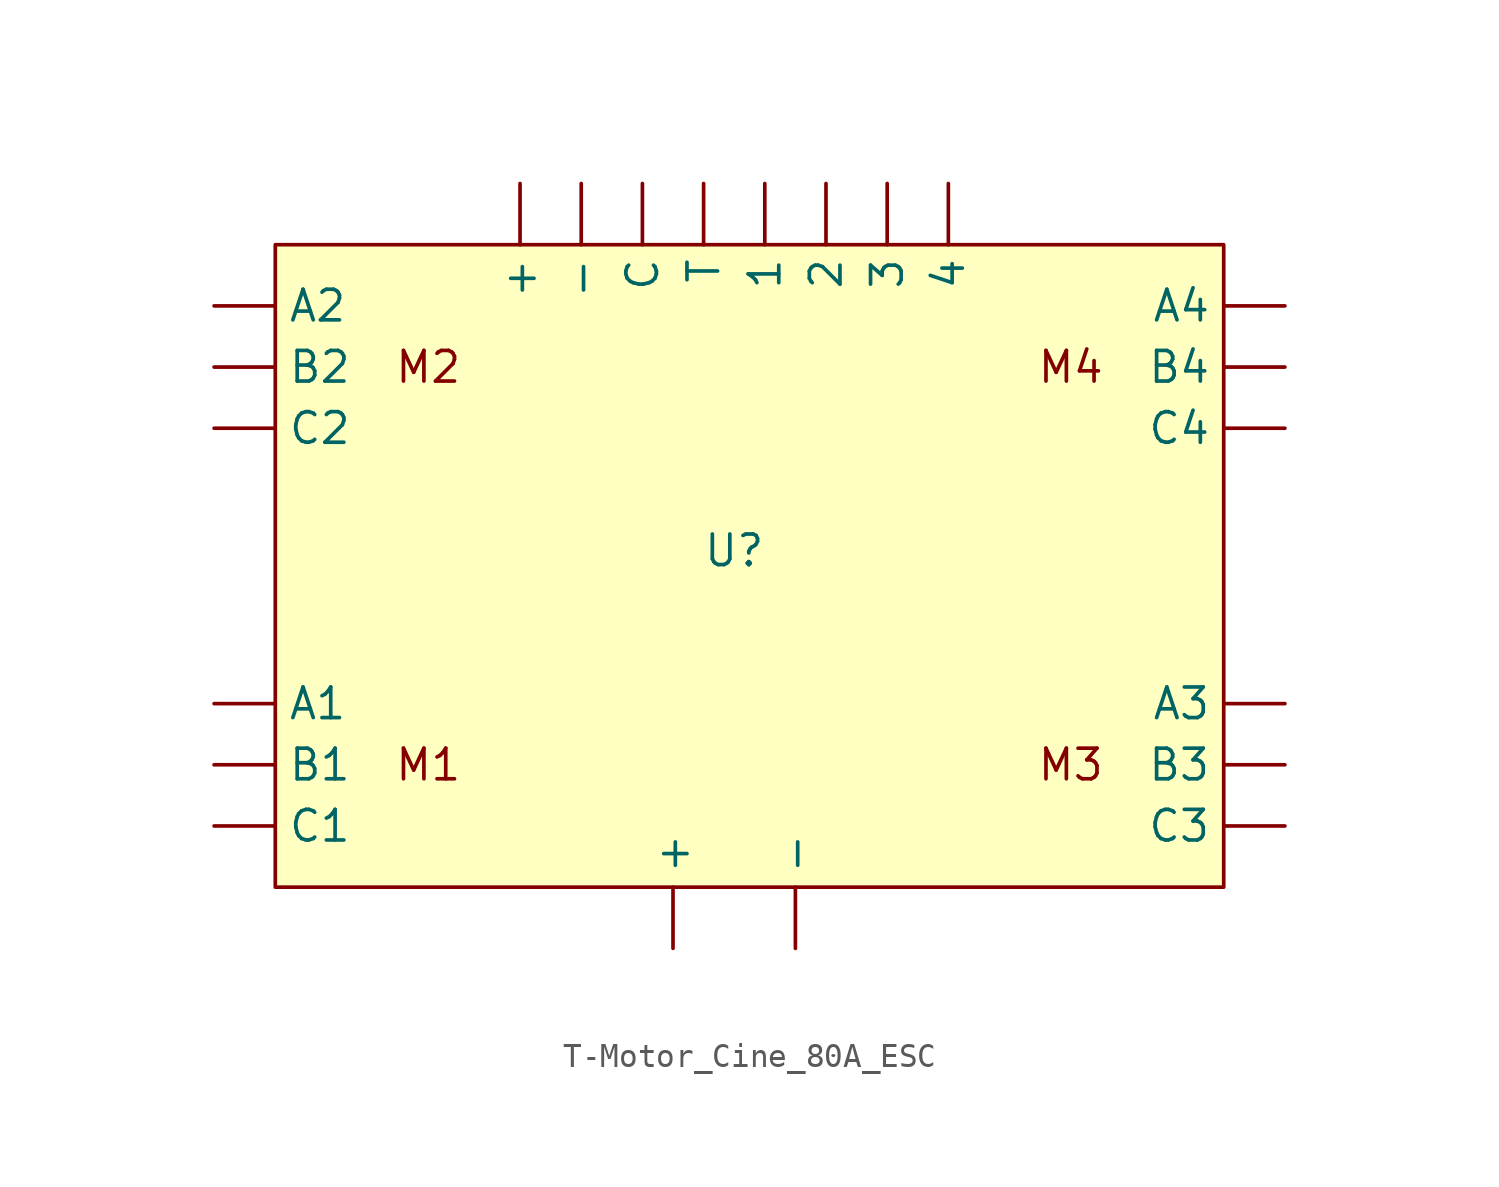
<source format=kicad_sym>
(kicad_symbol_lib
  (version 20220914)
  (generator kicad_symbol_editor)
  (symbol "T-Motor_Cine_80A_ESC"
    (property "Reference" "U"
      (at 0 -3.81 0)
      (effects (font (size 1.27 1.27))))
    (property "Value" ""
      (at 0 0 0)
      (effects (font (size 1.27 1.27))))
    (symbol "T-Motor_Cine_80A_ESC_1_1"
      (rectangle (start -19.05 8.89) (end 20.32 -17.78) (stroke (width 0) (type default)) (fill (type background)))
      (text "M1" (at -12.7 -12.7 0) (effects (font (size 1.27 1.27))))
      (text "M2" (at -12.7 3.81 0) (effects (font (size 1.27 1.27))))
      (text "M3" (at 13.97 -12.7 0) (effects (font (size 1.27 1.27))))
      (text "M4" (at 13.97 3.81 0) (effects (font (size 1.27 1.27))))
      (pin bidirectional line (at -8.89 11.43 270) (length 2.54) (name "+" (effects (font (size 1.27 1.27)))) (number "" (effects (font (size 1.27 1.27)))))
      (pin bidirectional line (at -2.54 -20.32 90) (length 2.54) (name "+" (effects (font (size 1.27 1.27)))) (number "" (effects (font (size 1.27 1.27)))))
      (pin bidirectional line (at -6.35 11.43 270) (length 2.54) (name "-" (effects (font (size 1.27 1.27)))) (number "" (effects (font (size 1.27 1.27)))))
      (pin bidirectional line (at 2.54 -20.32 90) (length 2.54) (name "-" (effects (font (size 1.27 1.27)))) (number "" (effects (font (size 1.27 1.27)))))
      (pin bidirectional line (at 1.27 11.43 270) (length 2.54) (name "1" (effects (font (size 1.27 1.27)))) (number "" (effects (font (size 1.27 1.27)))))
      (pin bidirectional line (at 3.81 11.43 270) (length 2.54) (name "2" (effects (font (size 1.27 1.27)))) (number "" (effects (font (size 1.27 1.27)))))
      (pin bidirectional line (at 6.35 11.43 270) (length 2.54) (name "3" (effects (font (size 1.27 1.27)))) (number "" (effects (font (size 1.27 1.27)))))
      (pin bidirectional line (at 8.89 11.43 270) (length 2.54) (name "4" (effects (font (size 1.27 1.27)))) (number "" (effects (font (size 1.27 1.27)))))
      (pin bidirectional line (at -21.59 -10.16 0) (length 2.54) (name "A1" (effects (font (size 1.27 1.27)))) (number "" (effects (font (size 1.27 1.27)))))
      (pin bidirectional line (at -21.59 6.35 0) (length 2.54) (name "A2" (effects (font (size 1.27 1.27)))) (number "" (effects (font (size 1.27 1.27)))))
      (pin bidirectional line (at 22.86 -10.16 180) (length 2.54) (name "A3" (effects (font (size 1.27 1.27)))) (number "" (effects (font (size 1.27 1.27)))))
      (pin bidirectional line (at 22.86 6.35 180) (length 2.54) (name "A4" (effects (font (size 1.27 1.27)))) (number "" (effects (font (size 1.27 1.27)))))
      (pin bidirectional line (at -21.59 -12.7 0) (length 2.54) (name "B1" (effects (font (size 1.27 1.27)))) (number "" (effects (font (size 1.27 1.27)))))
      (pin bidirectional line (at -21.59 3.81 0) (length 2.54) (name "B2" (effects (font (size 1.27 1.27)))) (number "" (effects (font (size 1.27 1.27)))))
      (pin bidirectional line (at 22.86 -12.7 180) (length 2.54) (name "B3" (effects (font (size 1.27 1.27)))) (number "" (effects (font (size 1.27 1.27)))))
      (pin bidirectional line (at 22.86 3.81 180) (length 2.54) (name "B4" (effects (font (size 1.27 1.27)))) (number "" (effects (font (size 1.27 1.27)))))
      (pin bidirectional line (at -3.81 11.43 270) (length 2.54) (name "C" (effects (font (size 1.27 1.27)))) (number "" (effects (font (size 1.27 1.27)))))
      (pin bidirectional line (at -21.59 -15.24 0) (length 2.54) (name "C1" (effects (font (size 1.27 1.27)))) (number "" (effects (font (size 1.27 1.27)))))
      (pin bidirectional line (at -21.59 1.27 0) (length 2.54) (name "C2" (effects (font (size 1.27 1.27)))) (number "" (effects (font (size 1.27 1.27)))))
      (pin bidirectional line (at 22.86 -15.24 180) (length 2.54) (name "C3" (effects (font (size 1.27 1.27)))) (number "" (effects (font (size 1.27 1.27)))))
      (pin bidirectional line (at 22.86 1.27 180) (length 2.54) (name "C4" (effects (font (size 1.27 1.27)))) (number "" (effects (font (size 1.27 1.27)))))
      (pin bidirectional line (at -1.27 11.43 270) (length 2.54) (name "T" (effects (font (size 1.27 1.27)))) (number "" (effects (font (size 1.27 1.27))))))))
</source>
